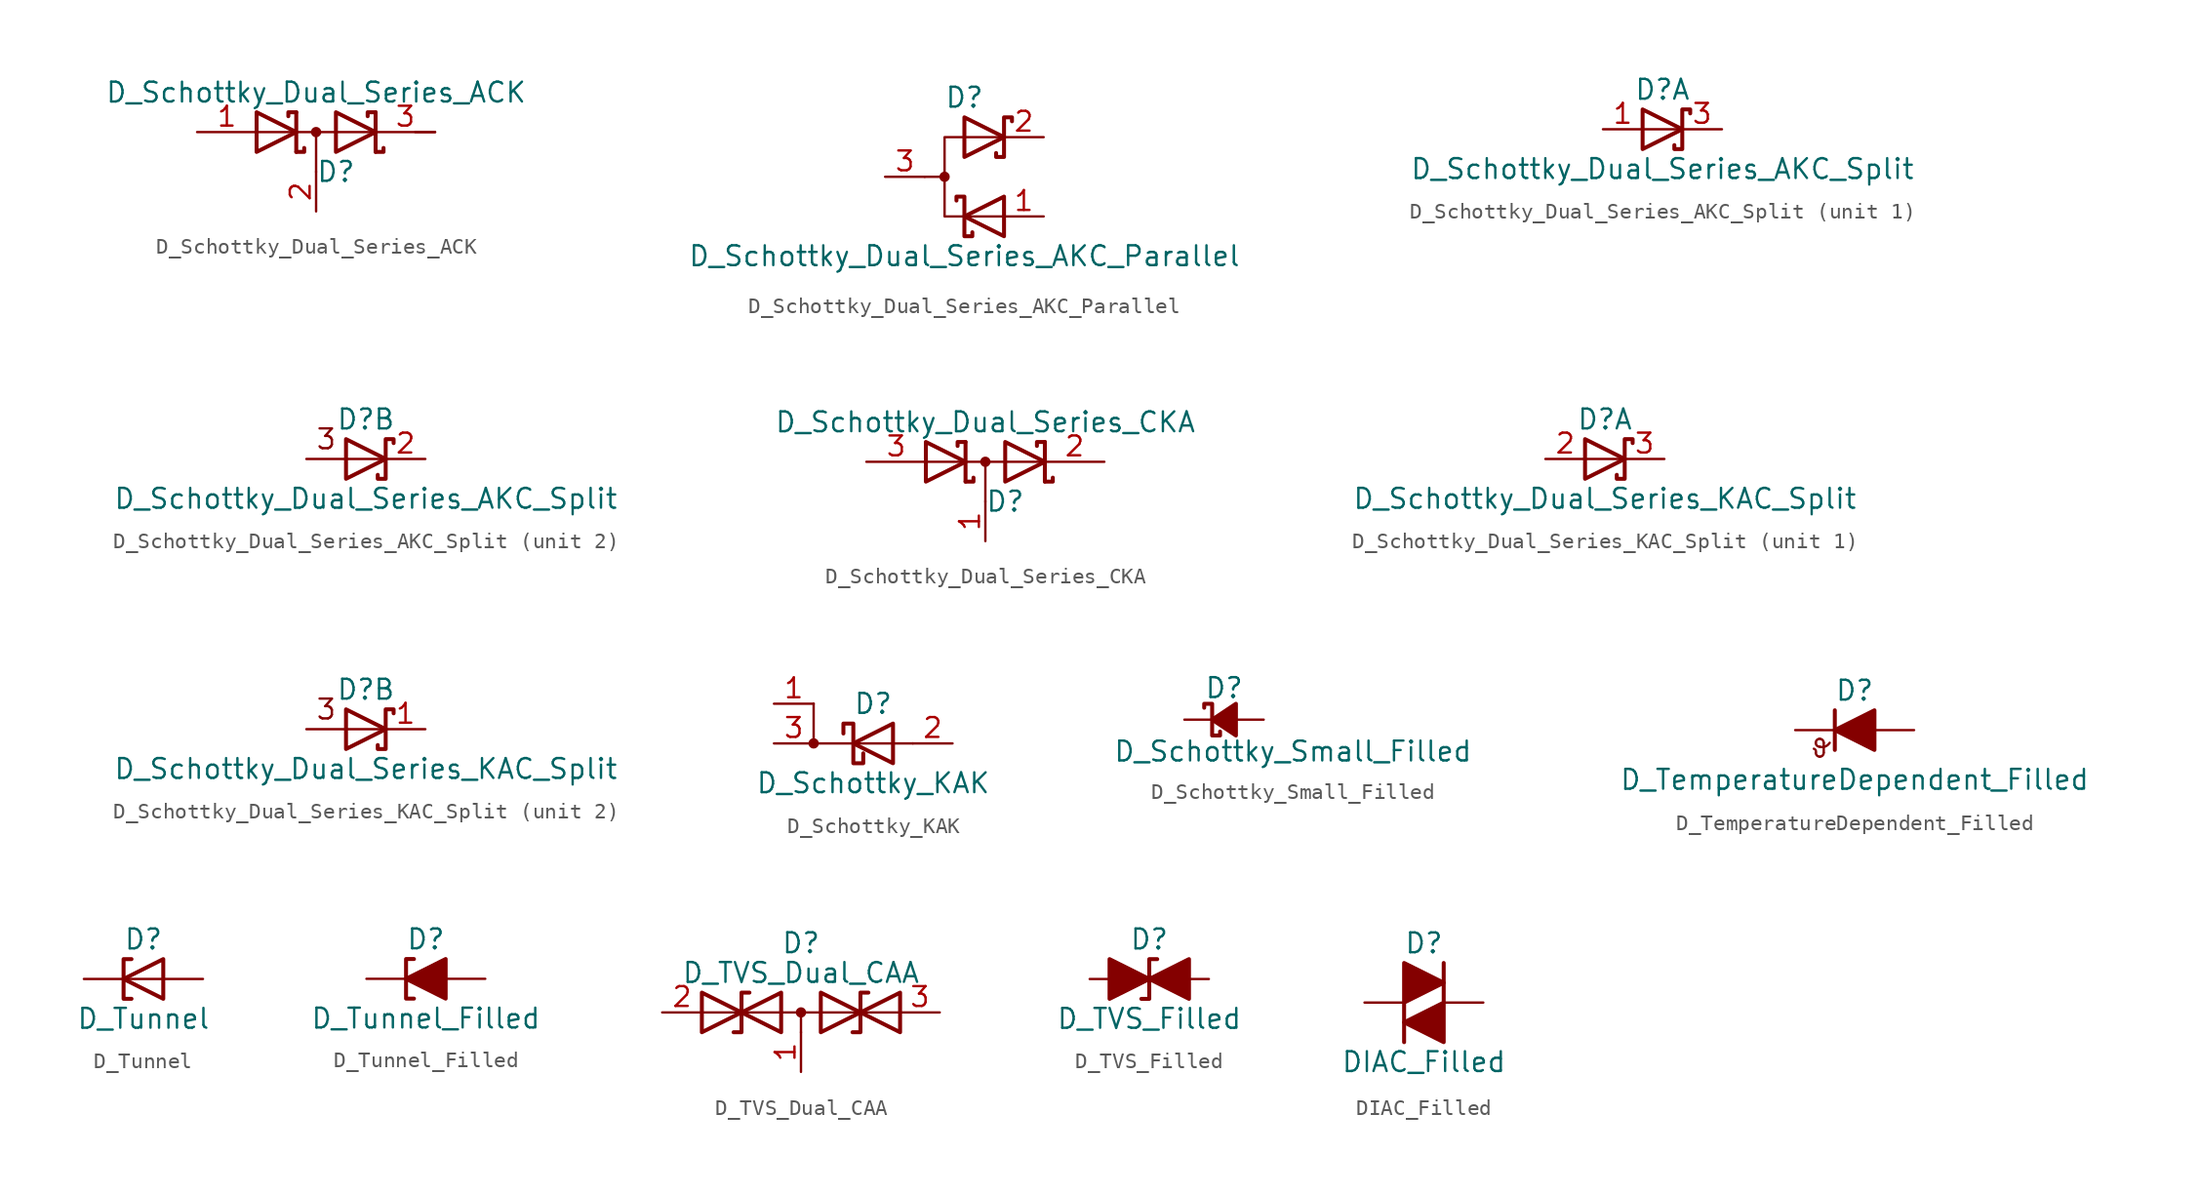
<source format=kicad_sym>
(kicad_symbol_lib
  (version 20211014)
  (generator kicad_symbol_editor)
  (symbol "D_Schottky_Dual_Series_ACK"
    (pin_names
      (offset 0.762) hide)
    (property "Reference" "D"
      (at 1.27 -2.54 0)
      (effects (font (size 1.27 1.27))))
    (property "Value" "D_Schottky_Dual_Series_ACK"
      (at 0 2.54 0)
      (effects (font (size 1.27 1.27))))
    (symbol "D_Schottky_Dual_Series_ACK_0_1"
      (polyline (pts (xy 0 0) (xy 0 -2.54)) (stroke (width 0) (type default) (color 0 0 0 0)) (fill (type none)))
      (polyline (pts (xy 3.81 0) (xy -3.81 0)) (stroke (width 0) (type default) (color 0 0 0 0)) (fill (type none)))
      (polyline (pts (xy 6.35 0) (xy 7.62 0)) (stroke (width 0) (type default) (color 0 0 0 0)) (fill (type none)))
      (polyline (pts (xy -1.27 -1.27) (xy -1.27 1.27) (xy -1.27 1.27)) (stroke (width 0.254) (type default) (color 0 0 0 0)) (fill (type none)))
      (polyline (pts (xy 3.81 1.27) (xy 3.81 -1.27) (xy 3.81 -1.27)) (stroke (width 0.254) (type default) (color 0 0 0 0)) (fill (type none)))
      (polyline (pts (xy -1.27 -1.27) (xy -0.762 -1.27) (xy -0.762 -1.016) (xy -0.762 -1.016)) (stroke (width 0.254) (type default) (color 0 0 0 0)) (fill (type none)))
      (polyline (pts (xy 3.81 -1.27) (xy 4.318 -1.27) (xy 4.318 -1.016) (xy 4.318 -1.016)) (stroke (width 0.254) (type default) (color 0 0 0 0)) (fill (type none)))
      (polyline (pts (xy 3.81 1.27) (xy 3.302 1.27) (xy 3.302 1.016) (xy 3.302 1.016)) (stroke (width 0.254) (type default) (color 0 0 0 0)) (fill (type none)))
      (polyline (pts (xy -1.778 1.016) (xy -1.778 1.27) (xy -1.27 1.27) (xy -1.27 1.27) (xy -1.27 1.27)) (stroke (width 0.254) (type default) (color 0 0 0 0)) (fill (type none)))
      (polyline (pts (xy -3.81 1.27) (xy -1.27 0) (xy -3.81 -1.27) (xy -3.81 1.27) (xy -3.81 1.27) (xy -3.81 1.27)) (stroke (width 0.254) (type default) (color 0 0 0 0)) (fill (type none)))
      (polyline (pts (xy 1.27 1.27) (xy 3.81 0) (xy 1.27 -1.27) (xy 1.27 1.27) (xy 1.27 1.27) (xy 1.27 1.27)) (stroke (width 0.254) (type default) (color 0 0 0 0)) (fill (type none)))
      (circle (center 0 0) (radius 0.254) (stroke (width 0) (type default) (color 0 0 0 0)) (fill (type outline)))
      (pin passive line (at -7.62 0 0) (length 3.81) (name "A" (effects (font (size 1.27 1.27)))) (number "1" (effects (font (size 1.27 1.27)))))
      (pin passive line (at 0 -5.08 90) (length 2.54) (name "common" (effects (font (size 1.27 1.27)))) (number "2" (effects (font (size 1.27 1.27)))))
      (pin passive line (at 7.62 0 180) (length 3.81) (name "K" (effects (font (size 1.27 1.27)))) (number "3" (effects (font (size 1.27 1.27)))))))
  (symbol "D_Schottky_Dual_Series_AKC_Parallel"
    (pin_names
      (offset 0.762) hide)
    (property "Reference" "D"
      (at 0 5.08 0)
      (effects (font (size 1.27 1.27))))
    (property "Value" "D_Schottky_Dual_Series_AKC_Parallel"
      (at 0 -5.08 0)
      (effects (font (size 1.27 1.27))))
    (symbol "D_Schottky_Dual_Series_AKC_Parallel_0_1"
      (circle (center -1.27 0) (radius 0.254) (stroke (width 0) (type default) (color 0 0 0 0)) (fill (type outline)))
      (polyline (pts (xy -1.27 0) (xy -2.54 0)) (stroke (width 0) (type default) (color 0 0 0 0)) (fill (type none)))
      (polyline (pts (xy 2.54 2.54) (xy -1.27 2.54) (xy -1.27 -2.54) (xy 2.54 -2.54)) (stroke (width 0) (type default) (color 0 0 0 0)) (fill (type none)))
      (polyline (pts (xy -0.508 -1.524) (xy -0.508 -1.27) (xy 0 -1.27) (xy 0 -3.81) (xy 0.508 -3.81) (xy 0.508 -3.556)) (stroke (width 0.254) (type default) (color 0 0 0 0)) (fill (type none)))
      (polyline (pts (xy 0 3.81) (xy 2.54 2.54) (xy 0 1.27) (xy 0 3.81) (xy 0 3.81) (xy 0 3.81)) (stroke (width 0.254) (type default) (color 0 0 0 0)) (fill (type none)))
      (polyline (pts (xy 2.54 -1.27) (xy 0 -2.54) (xy 2.54 -3.81) (xy 2.54 -1.27) (xy 2.54 -1.27) (xy 2.54 -1.27)) (stroke (width 0.254) (type default) (color 0 0 0 0)) (fill (type none)))
      (polyline (pts (xy 3.048 3.556) (xy 3.048 3.81) (xy 2.54 3.81) (xy 2.54 1.27) (xy 2.032 1.27) (xy 2.032 1.524)) (stroke (width 0.254) (type default) (color 0 0 0 0)) (fill (type none)))
      (pin passive line (at 5.08 -2.54 180) (length 2.54) (name "K" (effects (font (size 1.27 1.27)))) (number "1" (effects (font (size 1.27 1.27)))))
      (pin passive line (at 5.08 2.54 180) (length 2.54) (name "K" (effects (font (size 1.27 1.27)))) (number "2" (effects (font (size 1.27 1.27)))))
      (pin passive line (at -5.08 0 0) (length 2.54) (name "A" (effects (font (size 1.27 1.27)))) (number "3" (effects (font (size 1.27 1.27)))))))
  (symbol "D_Schottky_Dual_Series_AKC_Split"
    (pin_names
      (offset 0.762) hide)
    (property "Reference" "D"
      (at 0 2.54 0)
      (effects (font (size 1.27 1.27))))
    (property "Value" "D_Schottky_Dual_Series_AKC_Split"
      (at 0 -2.54 0)
      (effects (font (size 1.27 1.27))))
    (property "ki_locked" ""
      (at 0 0 0)
      (effects (font (size 1.27 1.27))))
    (symbol "D_Schottky_Dual_Series_AKC_Split_0_1"
      (polyline (pts (xy -1.27 1.27) (xy 1.27 0) (xy -1.27 -1.27) (xy -1.27 1.27) (xy -1.27 1.27) (xy -1.27 1.27)) (stroke (width 0.254) (type default) (color 0 0 0 0)) (fill (type none)))
      (polyline (pts (xy 1.778 1.016) (xy 1.778 1.27) (xy 1.27 1.27) (xy 1.27 -1.27) (xy 0.762 -1.27) (xy 0.762 -1.016)) (stroke (width 0.254) (type default) (color 0 0 0 0)) (fill (type none))))
    (symbol "D_Schottky_Dual_Series_AKC_Split_1_1"
      (polyline (pts (xy 1.27 0) (xy -1.27 0)) (stroke (width 0) (type default) (color 0 0 0 0)) (fill (type none)))
      (pin passive line (at -3.81 0 0) (length 2.54) (name "A" (effects (font (size 1.27 1.27)))) (number "1" (effects (font (size 1.27 1.27)))))
      (pin passive line (at 3.81 0 180) (length 2.54) (name "K" (effects (font (size 1.27 1.27)))) (number "3" (effects (font (size 1.27 1.27))))))
    (symbol "D_Schottky_Dual_Series_AKC_Split_2_0"
      (polyline (pts (xy 1.27 0) (xy -3.81 0)) (stroke (width 0) (type default) (color 0 0 0 0)) (fill (type none)))
      (text "3" (at -2.54 1.27 0) (effects (font (size 1.27 1.27)))))
    (symbol "D_Schottky_Dual_Series_AKC_Split_2_1"
      (pin passive line (at 3.81 0 180) (length 2.54) (name "K" (effects (font (size 1.27 1.27)))) (number "2" (effects (font (size 1.27 1.27)))))))
  (symbol "D_Schottky_Dual_Series_CKA"
    (pin_names
      (offset 0.762) hide)
    (property "Reference" "D"
      (at 1.27 -2.54 0)
      (effects (font (size 1.27 1.27))))
    (property "Value" "D_Schottky_Dual_Series_CKA"
      (at 0 2.54 0)
      (effects (font (size 1.27 1.27))))
    (symbol "D_Schottky_Dual_Series_CKA_0_1"
      (polyline (pts (xy -3.81 0) (xy 3.81 0)) (stroke (width 0) (type default) (color 0 0 0 0)) (fill (type none)))
      (polyline (pts (xy 0 0) (xy 0 -2.54)) (stroke (width 0) (type default) (color 0 0 0 0)) (fill (type none)))
      (polyline (pts (xy -1.27 -1.27) (xy -1.27 1.27) (xy -1.27 1.27)) (stroke (width 0.254) (type default) (color 0 0 0 0)) (fill (type none)))
      (polyline (pts (xy 3.81 1.27) (xy 3.81 -1.27) (xy 3.81 -1.27)) (stroke (width 0.254) (type default) (color 0 0 0 0)) (fill (type none)))
      (polyline (pts (xy -1.27 -1.27) (xy -0.762 -1.27) (xy -0.762 -1.016) (xy -0.762 -1.016)) (stroke (width 0.254) (type default) (color 0 0 0 0)) (fill (type none)))
      (polyline (pts (xy 3.81 -1.27) (xy 4.318 -1.27) (xy 4.318 -1.016) (xy 4.318 -1.016)) (stroke (width 0.254) (type default) (color 0 0 0 0)) (fill (type none)))
      (polyline (pts (xy 3.81 1.27) (xy 3.302 1.27) (xy 3.302 1.016) (xy 3.302 1.016)) (stroke (width 0.254) (type default) (color 0 0 0 0)) (fill (type none)))
      (polyline (pts (xy -1.778 1.016) (xy -1.778 1.27) (xy -1.27 1.27) (xy -1.27 1.27) (xy -1.27 1.27)) (stroke (width 0.254) (type default) (color 0 0 0 0)) (fill (type none)))
      (polyline (pts (xy -3.81 1.27) (xy -1.27 0) (xy -3.81 -1.27) (xy -3.81 1.27) (xy -3.81 1.27) (xy -3.81 1.27)) (stroke (width 0.254) (type default) (color 0 0 0 0)) (fill (type none)))
      (polyline (pts (xy 1.27 1.27) (xy 3.81 0) (xy 1.27 -1.27) (xy 1.27 1.27) (xy 1.27 1.27) (xy 1.27 1.27)) (stroke (width 0.254) (type default) (color 0 0 0 0)) (fill (type none)))
      (circle (center 0 0) (radius 0.254) (stroke (width 0) (type default) (color 0 0 0 0)) (fill (type outline)))
      (pin passive line (at 0 -5.08 90) (length 2.54) (name "common" (effects (font (size 1.27 1.27)))) (number "1" (effects (font (size 1.27 1.27)))))
      (pin passive line (at 7.62 0 180) (length 3.81) (name "K" (effects (font (size 1.27 1.27)))) (number "2" (effects (font (size 1.27 1.27)))))
      (pin passive line (at -7.62 0 0) (length 3.81) (name "A" (effects (font (size 1.27 1.27)))) (number "3" (effects (font (size 1.27 1.27)))))))
  (symbol "D_Schottky_Dual_Series_KAC_Split"
    (pin_names
      (offset 0.762) hide)
    (property "Reference" "D"
      (at 0 2.54 0)
      (effects (font (size 1.27 1.27))))
    (property "Value" "D_Schottky_Dual_Series_KAC_Split"
      (at 0 -2.54 0)
      (effects (font (size 1.27 1.27))))
    (property "ki_locked" ""
      (at 0 0 0)
      (effects (font (size 1.27 1.27))))
    (symbol "D_Schottky_Dual_Series_KAC_Split_0_1"
      (polyline (pts (xy -1.27 1.27) (xy 1.27 0) (xy -1.27 -1.27) (xy -1.27 1.27) (xy -1.27 1.27) (xy -1.27 1.27)) (stroke (width 0.254) (type default) (color 0 0 0 0)) (fill (type none)))
      (polyline (pts (xy 1.778 1.016) (xy 1.778 1.27) (xy 1.27 1.27) (xy 1.27 -1.27) (xy 0.762 -1.27) (xy 0.762 -1.016)) (stroke (width 0.254) (type default) (color 0 0 0 0)) (fill (type none))))
    (symbol "D_Schottky_Dual_Series_KAC_Split_1_1"
      (polyline (pts (xy 1.27 0) (xy -1.27 0)) (stroke (width 0) (type default) (color 0 0 0 0)) (fill (type none)))
      (pin passive line (at -3.81 0 0) (length 2.54) (name "A" (effects (font (size 1.27 1.27)))) (number "2" (effects (font (size 1.27 1.27)))))
      (pin passive line (at 3.81 0 180) (length 2.54) (name "K" (effects (font (size 1.27 1.27)))) (number "3" (effects (font (size 1.27 1.27))))))
    (symbol "D_Schottky_Dual_Series_KAC_Split_2_0"
      (polyline (pts (xy 1.27 0) (xy -3.81 0)) (stroke (width 0) (type default) (color 0 0 0 0)) (fill (type none)))
      (text "3" (at -2.54 1.27 0) (effects (font (size 1.27 1.27)))))
    (symbol "D_Schottky_Dual_Series_KAC_Split_2_1"
      (pin passive line (at 3.81 0 180) (length 2.54) (name "K" (effects (font (size 1.27 1.27)))) (number "1" (effects (font (size 1.27 1.27)))))))
  (symbol "D_Schottky_KAK"
    (pin_names
      (offset 0) hide)
    (property "Reference" "D"
      (at 0 2.54 0)
      (effects (font (size 1.27 1.27))))
    (property "Value" "D_Schottky_KAK"
      (at 0 -2.54 0)
      (effects (font (size 1.27 1.27))))
    (symbol "D_Schottky_KAK_0_1"
      (circle (center -3.81 0) (radius 0.254) (stroke (width 0) (type default) (color 0 0 0 0)) (fill (type outline)))
      (polyline (pts (xy -3.81 2.54) (xy -3.81 0) (xy 2.54 0)) (stroke (width 0) (type default) (color 0 0 0 0)) (fill (type none)))
      (polyline (pts (xy 1.27 1.27) (xy 1.27 -1.27) (xy -1.27 0) (xy 1.27 1.27)) (stroke (width 0.254) (type default) (color 0 0 0 0)) (fill (type none)))
      (polyline (pts (xy -1.905 0.635) (xy -1.905 1.27) (xy -1.27 1.27) (xy -1.27 -1.27) (xy -0.635 -1.27) (xy -0.635 -0.635)) (stroke (width 0.254) (type default) (color 0 0 0 0)) (fill (type none))))
    (symbol "D_Schottky_KAK_1_1"
      (pin passive line (at -6.35 2.54 0) (length 2.54) (name "K" (effects (font (size 1.27 1.27)))) (number "1" (effects (font (size 1.27 1.27)))))
      (pin passive line (at 5.08 0 180) (length 2.54) (name "A" (effects (font (size 1.27 1.27)))) (number "2" (effects (font (size 1.27 1.27)))))
      (pin passive line (at -6.35 0 0) (length 2.54) (name "K" (effects (font (size 1.27 1.27)))) (number "3" (effects (font (size 1.27 1.27)))))))
  (symbol "D_Schottky_Small_Filled"
    (pin_numbers hide)
    (pin_names
      (offset 0.254) hide)
    (property "Reference" "D"
      (at -1.27 2.032 0)
      (effects (font (size 1.27 1.27)) (justify left)))
    (property "Value" "D_Schottky_Small_Filled"
      (at -7.112 -2.032 0)
      (effects (font (size 1.27 1.27)) (justify left)))
    (symbol "D_Schottky_Small_Filled_0_1"
      (polyline (pts (xy -0.762 0) (xy 0.762 0)) (stroke (width 0) (type default) (color 0 0 0 0)) (fill (type none)))
      (polyline (pts (xy 0.762 -1.016) (xy -0.762 0) (xy 0.762 1.016) (xy 0.762 -1.016)) (stroke (width 0.254) (type default) (color 0 0 0 0)) (fill (type outline)))
      (polyline (pts (xy -1.27 0.762) (xy -1.27 1.016) (xy -0.762 1.016) (xy -0.762 -1.016) (xy -0.254 -1.016) (xy -0.254 -0.762)) (stroke (width 0.254) (type default) (color 0 0 0 0)) (fill (type none))))
    (symbol "D_Schottky_Small_Filled_1_1"
      (pin passive line (at -2.54 0 0) (length 1.778) (name "K" (effects (font (size 1.27 1.27)))) (number "1" (effects (font (size 1.27 1.27)))))
      (pin passive line (at 2.54 0 180) (length 1.778) (name "A" (effects (font (size 1.27 1.27)))) (number "2" (effects (font (size 1.27 1.27)))))))
  (symbol "D_TemperatureDependent_Filled"
    (pin_numbers hide)
    (pin_names
      (offset 1.016) hide)
    (property "Reference" "D"
      (at 0 2.54 0)
      (effects (font (size 1.27 1.27))))
    (property "Value" "D_TemperatureDependent_Filled"
      (at 0 -3.175 0)
      (effects (font (size 1.27 1.27))))
    (symbol "D_TemperatureDependent_Filled_0_1"
      (arc (start -2.4892 -1.4478) (mid -2.4917 -1.2903) (end -2.6162 -1.1938) (stroke (width 0) (type default) (color 0 0 0 0)) (fill (type none)))
      (arc (start -2.4892 -1.4478) (mid -2.4148 -1.6274) (end -2.2352 -1.7018) (stroke (width 0) (type default) (color 0 0 0 0)) (fill (type none)))
      (arc (start -2.4892 -0.8128) (mid -2.4148 -0.9924) (end -2.2352 -1.0668) (stroke (width 0) (type default) (color 0 0 0 0)) (fill (type none)))
      (arc (start -2.2352 -1.7018) (mid -2.0556 -1.6274) (end -1.9812 -1.4478) (stroke (width 0) (type default) (color 0 0 0 0)) (fill (type none)))
      (arc (start -2.2352 -1.0668) (mid -1.8752 -1.046) (end -1.6002 -0.8128) (stroke (width 0) (type default) (color 0 0 0 0)) (fill (type none)))
      (arc (start -2.2352 -0.5588) (mid -2.4148 -0.6332) (end -2.4892 -0.8128) (stroke (width 0) (type default) (color 0 0 0 0)) (fill (type none)))
      (arc (start -1.9812 -0.8128) (mid -2.0556 -0.6332) (end -2.2352 -0.5588) (stroke (width 0) (type default) (color 0 0 0 0)) (fill (type none)))
      (polyline (pts (xy -1.981 -1.422) (xy -1.981 -0.813)) (stroke (width 0) (type default) (color 0 0 0 0)) (fill (type none)))
      (polyline (pts (xy -1.27 1.27) (xy -1.27 -1.27)) (stroke (width 0.254) (type default) (color 0 0 0 0)) (fill (type none)))
      (polyline (pts (xy 1.27 0) (xy -1.27 0)) (stroke (width 0) (type default) (color 0 0 0 0)) (fill (type none)))
      (polyline (pts (xy 1.27 -1.27) (xy 1.27 1.27) (xy -1.27 0) (xy 1.27 -1.27)) (stroke (width 0.254) (type default) (color 0 0 0 0)) (fill (type outline))))
    (symbol "D_TemperatureDependent_Filled_1_1"
      (pin passive line (at -3.81 0 0) (length 2.54) (name "K" (effects (font (size 1.27 1.27)))) (number "1" (effects (font (size 1.27 1.27)))))
      (pin passive line (at 3.81 0 180) (length 2.54) (name "A" (effects (font (size 1.27 1.27)))) (number "2" (effects (font (size 1.27 1.27)))))))
  (symbol "D_Tunnel"
    (pin_numbers hide)
    (pin_names
      (offset 1.016) hide)
    (property "Reference" "D"
      (at 0 2.54 0)
      (effects (font (size 1.27 1.27))))
    (property "Value" "D_Tunnel"
      (at 0 -2.54 0)
      (effects (font (size 1.27 1.27))))
    (symbol "D_Tunnel_0_1"
      (polyline (pts (xy 1.27 0) (xy -1.27 0)) (stroke (width 0) (type default) (color 0 0 0 0)) (fill (type none)))
      (polyline (pts (xy -0.762 1.27) (xy -1.27 1.27) (xy -1.27 -1.27) (xy -0.762 -1.27)) (stroke (width 0.254) (type default) (color 0 0 0 0)) (fill (type none)))
      (polyline (pts (xy 1.27 -1.27) (xy 1.27 1.27) (xy -1.27 0) (xy 1.27 -1.27)) (stroke (width 0.254) (type default) (color 0 0 0 0)) (fill (type none))))
    (symbol "D_Tunnel_1_1"
      (pin passive line (at -3.81 0 0) (length 2.54) (name "K" (effects (font (size 1.27 1.27)))) (number "1" (effects (font (size 1.27 1.27)))))
      (pin passive line (at 3.81 0 180) (length 2.54) (name "A" (effects (font (size 1.27 1.27)))) (number "2" (effects (font (size 1.27 1.27)))))))
  (symbol "D_Tunnel_Filled"
    (pin_numbers hide)
    (pin_names
      (offset 1.016) hide)
    (property "Reference" "D"
      (at 0 2.54 0)
      (effects (font (size 1.27 1.27))))
    (property "Value" "D_Tunnel_Filled"
      (at 0 -2.54 0)
      (effects (font (size 1.27 1.27))))
    (symbol "D_Tunnel_Filled_0_1"
      (polyline (pts (xy 1.27 0) (xy -1.27 0)) (stroke (width 0) (type default) (color 0 0 0 0)) (fill (type none)))
      (polyline (pts (xy -0.762 1.27) (xy -1.27 1.27) (xy -1.27 -1.27) (xy -0.762 -1.27)) (stroke (width 0.254) (type default) (color 0 0 0 0)) (fill (type none)))
      (polyline (pts (xy 1.27 -1.27) (xy 1.27 1.27) (xy -1.27 0) (xy 1.27 -1.27)) (stroke (width 0.254) (type default) (color 0 0 0 0)) (fill (type outline))))
    (symbol "D_Tunnel_Filled_1_1"
      (pin passive line (at -3.81 0 0) (length 2.54) (name "K" (effects (font (size 1.27 1.27)))) (number "1" (effects (font (size 1.27 1.27)))))
      (pin passive line (at 3.81 0 180) (length 2.54) (name "A" (effects (font (size 1.27 1.27)))) (number "2" (effects (font (size 1.27 1.27)))))))
  (symbol "D_TVS_Dual_CAA"
    (pin_names
      (offset 1.016) hide)
    (property "Reference" "D"
      (at 0 4.445 0)
      (effects (font (size 1.27 1.27))))
    (property "Value" "D_TVS_Dual_CAA"
      (at 0 2.54 0)
      (effects (font (size 1.27 1.27))))
    (symbol "D_TVS_Dual_CAA_0_1"
      (polyline (pts (xy -6.35 0) (xy 6.35 0)) (stroke (width 0) (type default) (color 0 0 0 0)) (fill (type none)))
      (polyline (pts (xy 0 0) (xy 0 -1.27)) (stroke (width 0) (type default) (color 0 0 0 0)) (fill (type none)))
      (polyline (pts (xy -3.302 1.27) (xy -3.81 1.27) (xy -3.81 -1.27) (xy -4.318 -1.27)) (stroke (width 0.254) (type default) (color 0 0 0 0)) (fill (type none)))
      (polyline (pts (xy 4.318 1.27) (xy 3.81 1.27) (xy 3.81 -1.27) (xy 3.302 -1.27)) (stroke (width 0.254) (type default) (color 0 0 0 0)) (fill (type none)))
      (polyline (pts (xy -6.35 -1.27) (xy -1.27 1.27) (xy -1.27 -1.27) (xy -6.35 1.27) (xy -6.35 -1.27)) (stroke (width 0.254) (type default) (color 0 0 0 0)) (fill (type none)))
      (polyline (pts (xy 1.27 1.016) (xy 1.27 -1.27) (xy 6.35 1.27) (xy 6.35 -1.27) (xy 1.27 1.27) (xy 1.27 1.016)) (stroke (width 0.254) (type default) (color 0 0 0 0)) (fill (type none)))
      (circle (center 0 0) (radius 0.254) (stroke (width 0) (type default) (color 0 0 0 0)) (fill (type outline))))
    (symbol "D_TVS_Dual_CAA_1_1"
      (pin input line (at 0 -3.81 90) (length 2.54) (name "common" (effects (font (size 1.27 1.27)))) (number "1" (effects (font (size 1.27 1.27)))))
      (pin passive line (at -8.89 0 0) (length 2.54) (name "A1" (effects (font (size 1.27 1.27)))) (number "2" (effects (font (size 1.27 1.27)))))
      (pin passive line (at 8.89 0 180) (length 2.54) (name "A2" (effects (font (size 1.27 1.27)))) (number "3" (effects (font (size 1.27 1.27)))))))
  (symbol "D_TVS_Filled"
    (pin_numbers hide)
    (pin_names
      (offset 1.016) hide)
    (property "Reference" "D"
      (at 0 2.54 0)
      (effects (font (size 1.27 1.27))))
    (property "Value" "D_TVS_Filled"
      (at 0 -2.54 0)
      (effects (font (size 1.27 1.27))))
    (symbol "D_TVS_Filled_0_1"
      (polyline (pts (xy 1.27 0) (xy -1.27 0)) (stroke (width 0) (type default) (color 0 0 0 0)) (fill (type none)))
      (polyline (pts (xy -2.54 -1.27) (xy 0 0) (xy -2.54 1.27) (xy -2.54 -1.27)) (stroke (width 0.254) (type default) (color 0 0 0 0)) (fill (type outline)))
      (polyline (pts (xy 0.508 1.27) (xy 0 1.27) (xy 0 -1.27) (xy -0.508 -1.27)) (stroke (width 0.254) (type default) (color 0 0 0 0)) (fill (type none)))
      (polyline (pts (xy 2.54 1.27) (xy 2.54 -1.27) (xy 0 0) (xy 2.54 1.27)) (stroke (width 0.254) (type default) (color 0 0 0 0)) (fill (type outline))))
    (symbol "D_TVS_Filled_1_1"
      (pin passive line (at -3.81 0 0) (length 2.54) (name "A1" (effects (font (size 1.27 1.27)))) (number "1" (effects (font (size 1.27 1.27)))))
      (pin passive line (at 3.81 0 180) (length 2.54) (name "A2" (effects (font (size 1.27 1.27)))) (number "2" (effects (font (size 1.27 1.27)))))))
  (symbol "DIAC_Filled"
    (pin_numbers hide)
    (pin_names
      (offset 1.016) hide)
    (property "Reference" "D"
      (at 0 3.81 0)
      (effects (font (size 1.27 1.27))))
    (property "Value" "DIAC_Filled"
      (at 0 -3.81 0)
      (effects (font (size 1.27 1.27))))
    (symbol "DIAC_Filled_0_1"
      (polyline (pts (xy -1.27 -2.54) (xy -1.27 2.54) (xy 1.27 1.27) (xy -1.27 0)) (stroke (width 0.254) (type default) (color 0 0 0 0)) (fill (type outline)))
      (polyline (pts (xy 1.27 2.54) (xy 1.27 -2.54) (xy -1.27 -1.27) (xy 1.27 0)) (stroke (width 0.254) (type default) (color 0 0 0 0)) (fill (type outline))))
    (symbol "DIAC_Filled_1_1"
      (pin passive line (at -3.81 0 0) (length 2.54) (name "K" (effects (font (size 1.27 1.27)))) (number "1" (effects (font (size 1.27 1.27)))))
      (pin passive line (at 3.81 0 180) (length 2.54) (name "A" (effects (font (size 1.27 1.27)))) (number "2" (effects (font (size 1.27 1.27))))))))
</source>
